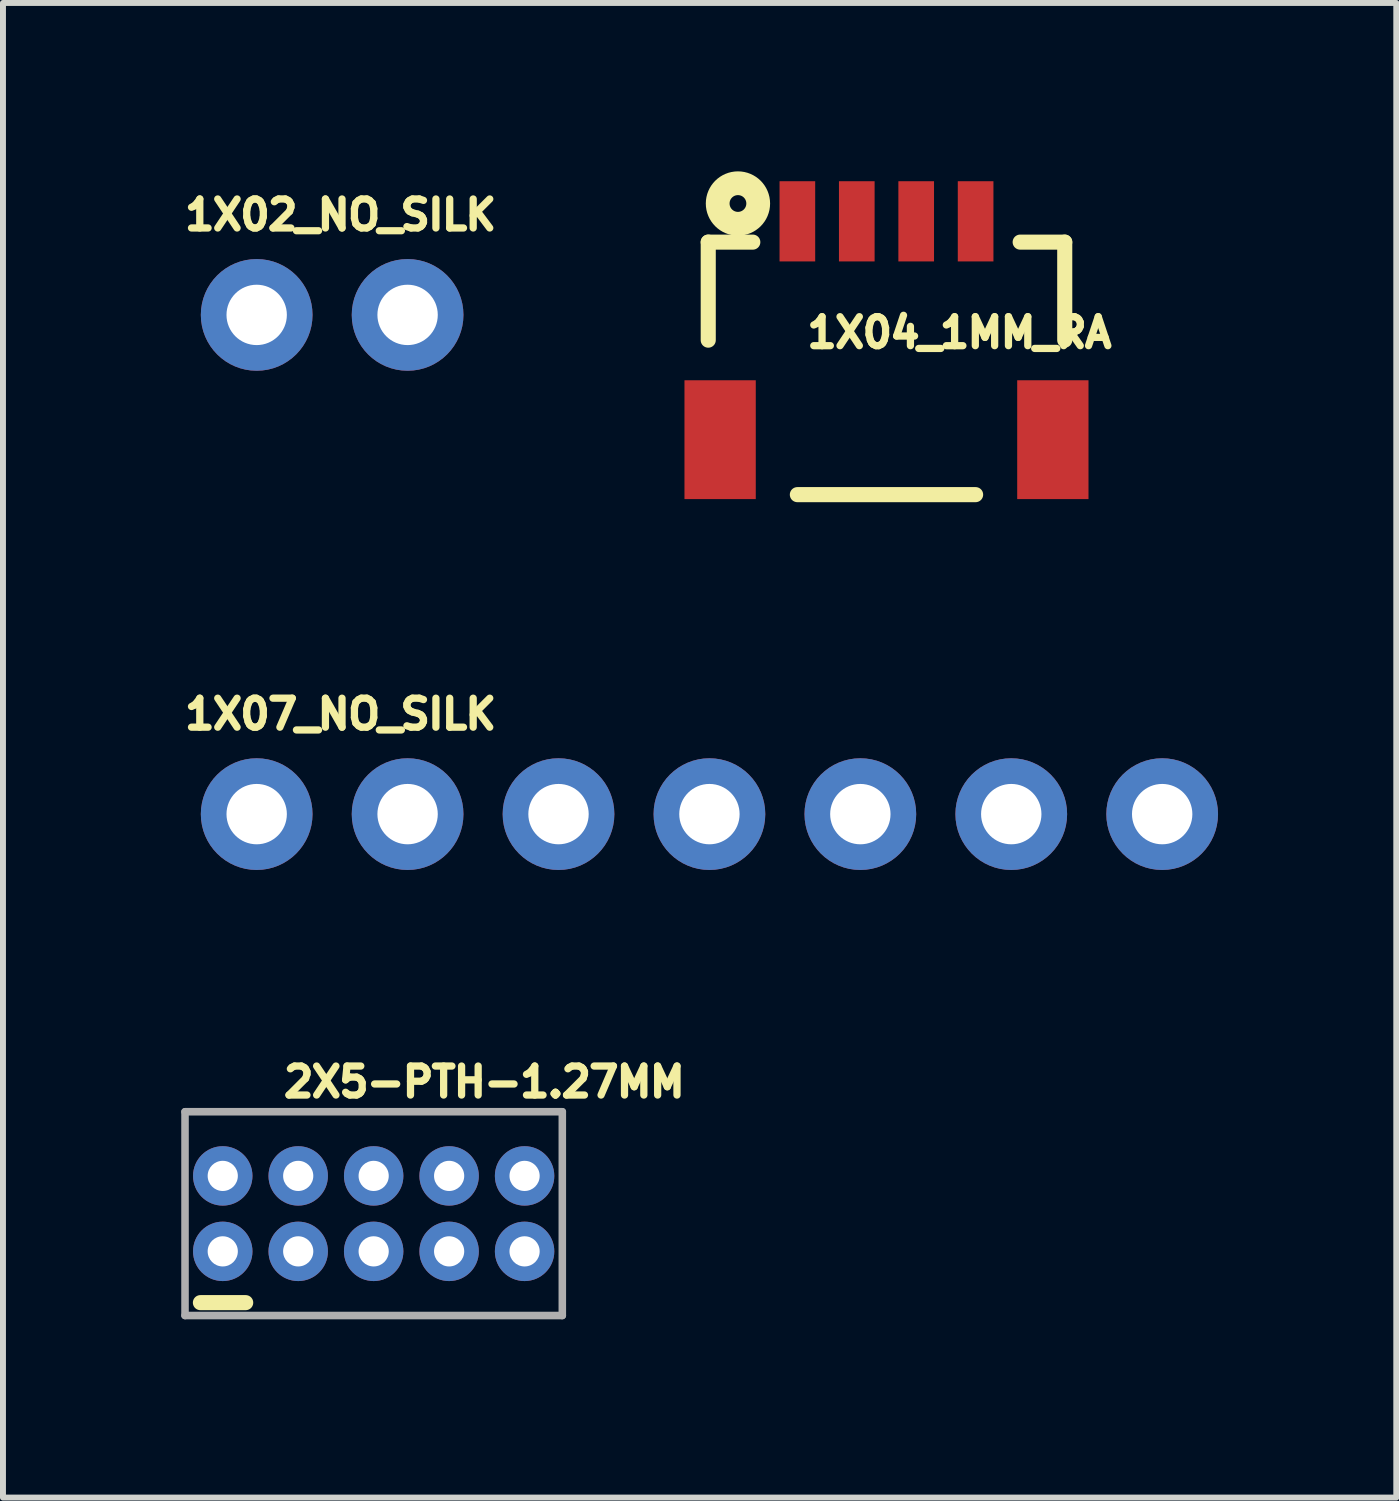
<source format=kicad_pcb>
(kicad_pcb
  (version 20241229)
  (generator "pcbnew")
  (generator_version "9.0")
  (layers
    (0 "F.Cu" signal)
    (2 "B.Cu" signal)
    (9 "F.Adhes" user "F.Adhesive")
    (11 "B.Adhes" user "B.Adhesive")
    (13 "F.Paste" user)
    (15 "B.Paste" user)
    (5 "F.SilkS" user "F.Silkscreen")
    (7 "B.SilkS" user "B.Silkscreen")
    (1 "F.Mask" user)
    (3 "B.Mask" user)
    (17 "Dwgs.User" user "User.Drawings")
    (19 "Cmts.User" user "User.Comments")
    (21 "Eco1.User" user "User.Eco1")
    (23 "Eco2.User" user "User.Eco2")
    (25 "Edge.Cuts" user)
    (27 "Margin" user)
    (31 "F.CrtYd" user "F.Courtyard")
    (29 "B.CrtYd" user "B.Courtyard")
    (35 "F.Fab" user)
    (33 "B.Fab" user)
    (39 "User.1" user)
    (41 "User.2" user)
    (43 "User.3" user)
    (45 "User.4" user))
  (footprint "1X07_NO_SILK"
    (layer "F.Cu")
    (at 1.27 10.652)
    (property "Reference" "1X07_NO_SILK" (at -1.27 -1.397 0) (layer "F.SilkS") (effects (font (size 0.488 0.488) (thickness 0.122)) (justify left bottom)))
    (fp_poly (pts (xy -0.254 0.254) (xy 0.254 0.254) (xy 0.254 -0.254) (xy -0.254 -0.254)) (stroke (width 0.1) (type solid)) (fill no) (layer "F.Fab"))
    (fp_poly (pts (xy 2.286 0.254) (xy 2.794 0.254) (xy 2.794 -0.254) (xy 2.286 -0.254)) (stroke (width 0.1) (type solid)) (fill no) (layer "F.Fab"))
    (fp_poly (pts (xy 4.826 0.254) (xy 5.334 0.254) (xy 5.334 -0.254) (xy 4.826 -0.254)) (stroke (width 0.1) (type solid)) (fill no) (layer "F.Fab"))
    (fp_poly (pts (xy 7.366 0.254) (xy 7.874 0.254) (xy 7.874 -0.254) (xy 7.366 -0.254)) (stroke (width 0.1) (type solid)) (fill no) (layer "F.Fab"))
    (fp_poly (pts (xy 9.906 0.254) (xy 10.414 0.254) (xy 10.414 -0.254) (xy 9.906 -0.254)) (stroke (width 0.1) (type solid)) (fill no) (layer "F.Fab"))
    (fp_poly (pts (xy 12.446 0.254) (xy 12.954 0.254) (xy 12.954 -0.254) (xy 12.446 -0.254)) (stroke (width 0.1) (type solid)) (fill no) (layer "F.Fab"))
    (fp_poly (pts (xy 14.986 0.254) (xy 15.494 0.254) (xy 15.494 -0.254) (xy 14.986 -0.254)) (stroke (width 0.1) (type solid)) (fill no) (layer "F.Fab"))
    (pad "1" thru_hole circle (at 0 0 90) (size 1.88 1.88) (drill 1.016) (layers "*.Cu" "*.Mask"))
    (pad "2" thru_hole circle (at 2.54 0 90) (size 1.88 1.88) (drill 1.016) (layers "*.Cu" "*.Mask"))
    (pad "3" thru_hole circle (at 5.08 0 90) (size 1.88 1.88) (drill 1.016) (layers "*.Cu" "*.Mask"))
    (pad "4" thru_hole circle (at 7.62 0 90) (size 1.88 1.88) (drill 1.016) (layers "*.Cu" "*.Mask"))
    (pad "5" thru_hole circle (at 10.16 0 90) (size 1.88 1.88) (drill 1.016) (layers "*.Cu" "*.Mask"))
    (pad "6" thru_hole circle (at 12.7 0 90) (size 1.88 1.88) (drill 1.016) (layers "*.Cu" "*.Mask"))
    (pad "7" thru_hole circle (at 15.24 0 90) (size 1.88 1.88) (drill 1.016) (layers "*.Cu" "*.Mask")))
  (footprint "2X5-PTH-1.27MM"
    (layer "F.Cu")
    (at 3.239 17.376)
    (property "Reference" "2X5-PTH-1.27MM" (at -1.575 -1.93 0) (layer "F.SilkS") (effects (font (size 0.488 0.488) (thickness 0.122)) (justify left bottom)))
    (fp_line (start -2.154 1.498) (end -2.916 1.498) (stroke (width 0.254) (type solid)) (layer "F.SilkS"))
    (fp_line (start -3.175 -1.715) (end -3.175 1.715) (stroke (width 0.127) (type solid)) (layer "F.Fab"))
    (fp_line (start -3.175 1.715) (end 3.175 1.715) (stroke (width 0.127) (type solid)) (layer "F.Fab"))
    (fp_line (start 3.175 -1.715) (end -3.175 -1.715) (stroke (width 0.127) (type solid)) (layer "F.Fab"))
    (fp_line (start 3.175 1.715) (end 3.175 -1.715) (stroke (width 0.127) (type solid)) (layer "F.Fab"))
    (pad "1" thru_hole circle (at -2.54 0.635) (size 1 1) (drill 0.508) (layers "*.Cu" "*.Mask"))
    (pad "2" thru_hole circle (at -2.54 -0.635) (size 1 1) (drill 0.508) (layers "*.Cu" "*.Mask"))
    (pad "3" thru_hole circle (at -1.27 0.635) (size 1 1) (drill 0.508) (layers "*.Cu" "*.Mask"))
    (pad "4" thru_hole circle (at -1.27 -0.635) (size 1 1) (drill 0.508) (layers "*.Cu" "*.Mask"))
    (pad "5" thru_hole circle (at 0 0.635) (size 1 1) (drill 0.508) (layers "*.Cu" "*.Mask"))
    (pad "6" thru_hole circle (at 0 -0.635) (size 1 1) (drill 0.508) (layers "*.Cu" "*.Mask"))
    (pad "7" thru_hole circle (at 1.27 0.635) (size 1 1) (drill 0.508) (layers "*.Cu" "*.Mask"))
    (pad "8" thru_hole circle (at 1.27 -0.635) (size 1 1) (drill 0.508) (layers "*.Cu" "*.Mask"))
    (pad "9" thru_hole circle (at 2.54 0.635) (size 1 1) (drill 0.508) (layers "*.Cu" "*.Mask"))
    (pad "10" thru_hole circle (at 2.54 -0.635) (size 1 1) (drill 0.508) (layers "*.Cu" "*.Mask")))
  (footprint "1X02_NO_SILK"
    (layer "F.Cu")
    (at 1.27 2.25)
    (property "Reference" "1X02_NO_SILK" (at -1.27 -1.397 0) (layer "F.SilkS") (effects (font (size 0.488 0.488) (thickness 0.122)) (justify left bottom)))
    (fp_poly (pts (xy -0.254 0.254) (xy 0.254 0.254) (xy 0.254 -0.254) (xy -0.254 -0.254)) (stroke (width 0.1) (type solid)) (fill no) (layer "F.Fab"))
    (fp_poly (pts (xy 2.286 0.254) (xy 2.794 0.254) (xy 2.794 -0.254) (xy 2.286 -0.254)) (stroke (width 0.1) (type solid)) (fill no) (layer "F.Fab"))
    (pad "1" thru_hole circle (at 0 0 90) (size 1.88 1.88) (drill 1.016) (layers "*.Cu" "*.Mask"))
    (pad "2" thru_hole circle (at 2.54 0 90) (size 1.88 1.88) (drill 1.016) (layers "*.Cu" "*.Mask")))
  (footprint "1X04_1MM_RA"
    (layer "F.Cu")
    (at 11.87 0.675)
    (property "Reference" "1X04_1MM_RA" (at -1.397 2.159 0) (layer "F.SilkS") (effects (font (size 0.488 0.488) (thickness 0.122)) (justify left bottom)))
    (fp_line (start -3 0.35) (end -2.25 0.35) (stroke (width 0.254) (type solid)) (layer "F.SilkS"))
    (fp_line (start -3 2) (end -3 0.35) (stroke (width 0.254) (type solid)) (layer "F.SilkS"))
    (fp_line (start -1.5 4.6) (end 1.5 4.6) (stroke (width 0.254) (type solid)) (layer "F.SilkS"))
    (fp_line (start 2.25 0.35) (end 3 0.35) (stroke (width 0.254) (type solid)) (layer "F.SilkS"))
    (fp_line (start 3 0.35) (end 3 2) (stroke (width 0.254) (type solid)) (layer "F.SilkS"))
    (fp_circle (center -2.5 -0.3) (end -2.359 -0.3) (stroke (width 0.4) (type solid)) (fill no) (layer "F.SilkS"))
    (pad "1" smd rect (at -1.5 0) (size 0.6 1.35) (layers "F.Cu" "F.Mask" "F.Paste"))
    (pad "2" smd rect (at -0.5 0) (size 0.6 1.35) (layers "F.Cu" "F.Mask" "F.Paste"))
    (pad "3" smd rect (at 0.5 0) (size 0.6 1.35) (layers "F.Cu" "F.Mask" "F.Paste"))
    (pad "4" smd rect (at 1.5 0) (size 0.6 1.35) (layers "F.Cu" "F.Mask" "F.Paste"))
    (pad "NC1" smd rect (at 2.8 3.675) (size 1.2 2) (layers "F.Cu" "F.Mask" "F.Paste"))
    (pad "NC2" smd rect (at -2.8 3.675) (size 1.2 2) (layers "F.Cu" "F.Mask" "F.Paste")))
  (gr_rect
    (start -3 -3)
    (end 20.45 22.155)
    (stroke (width 0.1) (type default))
    (fill no)
    (layer "Edge.Cuts")))
</source>
